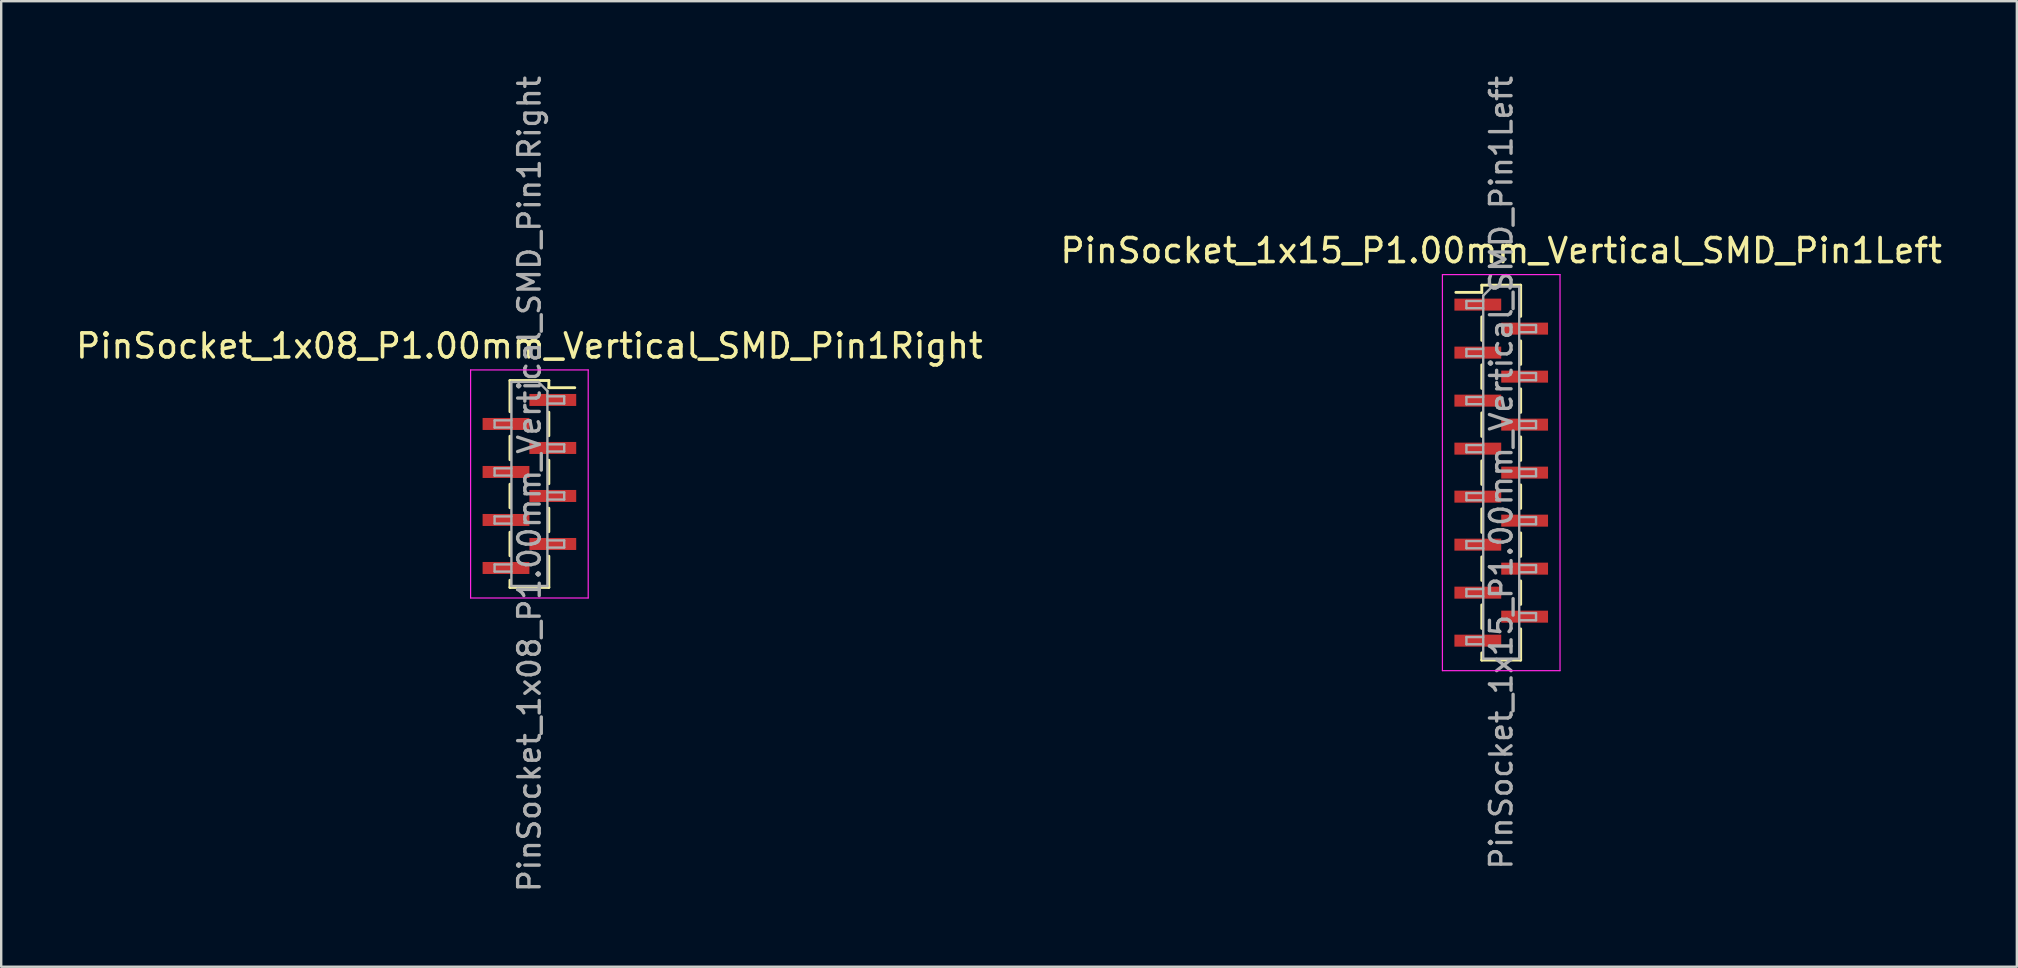
<source format=kicad_pcb>
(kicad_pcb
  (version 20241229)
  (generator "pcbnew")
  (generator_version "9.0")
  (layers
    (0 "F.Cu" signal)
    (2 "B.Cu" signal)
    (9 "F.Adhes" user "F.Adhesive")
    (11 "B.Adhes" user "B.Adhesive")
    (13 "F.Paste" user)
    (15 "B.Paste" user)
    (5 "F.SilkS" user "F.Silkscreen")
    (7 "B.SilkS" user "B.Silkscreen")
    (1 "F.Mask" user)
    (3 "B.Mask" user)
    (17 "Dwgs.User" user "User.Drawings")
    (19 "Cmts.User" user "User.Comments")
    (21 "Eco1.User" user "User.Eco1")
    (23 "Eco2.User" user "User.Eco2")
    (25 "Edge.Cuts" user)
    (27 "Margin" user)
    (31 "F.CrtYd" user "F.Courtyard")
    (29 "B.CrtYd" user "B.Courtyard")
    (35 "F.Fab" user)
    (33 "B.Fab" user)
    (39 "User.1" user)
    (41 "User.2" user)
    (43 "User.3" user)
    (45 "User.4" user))
  (footprint "PinSocket_1x15_P1.00mm_Vertical_SMD_Pin1Left"
    (layer "F.Cu")
    (at 59.494 16.641)
    (property "Reference" "PinSocket_1x15_P1.00mm_Vertical_SMD_Pin1Left" (at 0 -9.25 0) (layer "F.SilkS") (effects (font (size 1 1) (thickness 0.15))))
    (attr smd)
    (fp_line (start -1.89 -7.51) (end -0.81 -7.51) (stroke (width 0.12) (type solid)) (layer "F.SilkS"))
    (fp_line (start -0.81 -7.81) (end -0.81 -7.51) (stroke (width 0.12) (type solid)) (layer "F.SilkS"))
    (fp_line (start -0.81 -7.81) (end 0.81 -7.81) (stroke (width 0.12) (type solid)) (layer "F.SilkS"))
    (fp_line (start -0.81 -6.49) (end -0.81 -5.51) (stroke (width 0.12) (type solid)) (layer "F.SilkS"))
    (fp_line (start -0.81 -4.49) (end -0.81 -3.51) (stroke (width 0.12) (type solid)) (layer "F.SilkS"))
    (fp_line (start -0.81 -2.49) (end -0.81 -1.51) (stroke (width 0.12) (type solid)) (layer "F.SilkS"))
    (fp_line (start -0.81 -0.49) (end -0.81 0.49) (stroke (width 0.12) (type solid)) (layer "F.SilkS"))
    (fp_line (start -0.81 1.51) (end -0.81 2.49) (stroke (width 0.12) (type solid)) (layer "F.SilkS"))
    (fp_line (start -0.81 3.51) (end -0.81 4.49) (stroke (width 0.12) (type solid)) (layer "F.SilkS"))
    (fp_line (start -0.81 5.51) (end -0.81 6.49) (stroke (width 0.12) (type solid)) (layer "F.SilkS"))
    (fp_line (start -0.81 7.51) (end -0.81 7.81) (stroke (width 0.12) (type solid)) (layer "F.SilkS"))
    (fp_line (start -0.81 7.81) (end 0.81 7.81) (stroke (width 0.12) (type solid)) (layer "F.SilkS"))
    (fp_line (start 0.81 -7.81) (end 0.81 -6.51) (stroke (width 0.12) (type solid)) (layer "F.SilkS"))
    (fp_line (start 0.81 -5.49) (end 0.81 -4.51) (stroke (width 0.12) (type solid)) (layer "F.SilkS"))
    (fp_line (start 0.81 -3.49) (end 0.81 -2.51) (stroke (width 0.12) (type solid)) (layer "F.SilkS"))
    (fp_line (start 0.81 -1.49) (end 0.81 -0.51) (stroke (width 0.12) (type solid)) (layer "F.SilkS"))
    (fp_line (start 0.81 0.51) (end 0.81 1.49) (stroke (width 0.12) (type solid)) (layer "F.SilkS"))
    (fp_line (start 0.81 2.51) (end 0.81 3.49) (stroke (width 0.12) (type solid)) (layer "F.SilkS"))
    (fp_line (start 0.81 4.51) (end 0.81 5.49) (stroke (width 0.12) (type solid)) (layer "F.SilkS"))
    (fp_line (start 0.81 6.51) (end 0.81 7.81) (stroke (width 0.12) (type solid)) (layer "F.SilkS"))
    (fp_line (start -2.45 -8.25) (end 2.45 -8.25) (stroke (width 0.05) (type solid)) (layer "F.CrtYd"))
    (fp_line (start -2.45 8.25) (end -2.45 -8.25) (stroke (width 0.05) (type solid)) (layer "F.CrtYd"))
    (fp_line (start 2.45 -8.25) (end 2.45 8.25) (stroke (width 0.05) (type solid)) (layer "F.CrtYd"))
    (fp_line (start 2.45 8.25) (end -2.45 8.25) (stroke (width 0.05) (type solid)) (layer "F.CrtYd"))
    (fp_line (start -1.45 -7.15) (end -0.75 -7.15) (stroke (width 0.1) (type solid)) (layer "F.Fab"))
    (fp_line (start -1.45 -6.85) (end -1.45 -7.15) (stroke (width 0.1) (type solid)) (layer "F.Fab"))
    (fp_line (start -1.45 -5.15) (end -0.75 -5.15) (stroke (width 0.1) (type solid)) (layer "F.Fab"))
    (fp_line (start -1.45 -4.85) (end -1.45 -5.15) (stroke (width 0.1) (type solid)) (layer "F.Fab"))
    (fp_line (start -1.45 -3.15) (end -0.75 -3.15) (stroke (width 0.1) (type solid)) (layer "F.Fab"))
    (fp_line (start -1.45 -2.85) (end -1.45 -3.15) (stroke (width 0.1) (type solid)) (layer "F.Fab"))
    (fp_line (start -1.45 -1.15) (end -0.75 -1.15) (stroke (width 0.1) (type solid)) (layer "F.Fab"))
    (fp_line (start -1.45 -0.85) (end -1.45 -1.15) (stroke (width 0.1) (type solid)) (layer "F.Fab"))
    (fp_line (start -1.45 0.85) (end -0.75 0.85) (stroke (width 0.1) (type solid)) (layer "F.Fab"))
    (fp_line (start -1.45 1.15) (end -1.45 0.85) (stroke (width 0.1) (type solid)) (layer "F.Fab"))
    (fp_line (start -1.45 2.85) (end -0.75 2.85) (stroke (width 0.1) (type solid)) (layer "F.Fab"))
    (fp_line (start -1.45 3.15) (end -1.45 2.85) (stroke (width 0.1) (type solid)) (layer "F.Fab"))
    (fp_line (start -1.45 4.85) (end -0.75 4.85) (stroke (width 0.1) (type solid)) (layer "F.Fab"))
    (fp_line (start -1.45 5.15) (end -1.45 4.85) (stroke (width 0.1) (type solid)) (layer "F.Fab"))
    (fp_line (start -1.45 6.85) (end -0.75 6.85) (stroke (width 0.1) (type solid)) (layer "F.Fab"))
    (fp_line (start -1.45 7.15) (end -1.45 6.85) (stroke (width 0.1) (type solid)) (layer "F.Fab"))
    (fp_line (start -0.75 -7.375) (end -0.375 -7.75) (stroke (width 0.1) (type solid)) (layer "F.Fab"))
    (fp_line (start -0.75 -6.85) (end -1.45 -6.85) (stroke (width 0.1) (type solid)) (layer "F.Fab"))
    (fp_line (start -0.75 -4.85) (end -1.45 -4.85) (stroke (width 0.1) (type solid)) (layer "F.Fab"))
    (fp_line (start -0.75 -2.85) (end -1.45 -2.85) (stroke (width 0.1) (type solid)) (layer "F.Fab"))
    (fp_line (start -0.75 -0.85) (end -1.45 -0.85) (stroke (width 0.1) (type solid)) (layer "F.Fab"))
    (fp_line (start -0.75 1.15) (end -1.45 1.15) (stroke (width 0.1) (type solid)) (layer "F.Fab"))
    (fp_line (start -0.75 3.15) (end -1.45 3.15) (stroke (width 0.1) (type solid)) (layer "F.Fab"))
    (fp_line (start -0.75 5.15) (end -1.45 5.15) (stroke (width 0.1) (type solid)) (layer "F.Fab"))
    (fp_line (start -0.75 7.15) (end -1.45 7.15) (stroke (width 0.1) (type solid)) (layer "F.Fab"))
    (fp_line (start -0.75 7.75) (end -0.75 -7.375) (stroke (width 0.1) (type solid)) (layer "F.Fab"))
    (fp_line (start -0.375 -7.75) (end 0.75 -7.75) (stroke (width 0.1) (type solid)) (layer "F.Fab"))
    (fp_line (start 0.75 -7.75) (end 0.75 7.75) (stroke (width 0.1) (type solid)) (layer "F.Fab"))
    (fp_line (start 0.75 -6.15) (end 1.45 -6.15) (stroke (width 0.1) (type solid)) (layer "F.Fab"))
    (fp_line (start 0.75 -4.15) (end 1.45 -4.15) (stroke (width 0.1) (type solid)) (layer "F.Fab"))
    (fp_line (start 0.75 -2.15) (end 1.45 -2.15) (stroke (width 0.1) (type solid)) (layer "F.Fab"))
    (fp_line (start 0.75 -0.15) (end 1.45 -0.15) (stroke (width 0.1) (type solid)) (layer "F.Fab"))
    (fp_line (start 0.75 1.85) (end 1.45 1.85) (stroke (width 0.1) (type solid)) (layer "F.Fab"))
    (fp_line (start 0.75 3.85) (end 1.45 3.85) (stroke (width 0.1) (type solid)) (layer "F.Fab"))
    (fp_line (start 0.75 5.85) (end 1.45 5.85) (stroke (width 0.1) (type solid)) (layer "F.Fab"))
    (fp_line (start 0.75 7.75) (end -0.75 7.75) (stroke (width 0.1) (type solid)) (layer "F.Fab"))
    (fp_line (start 1.45 -6.15) (end 1.45 -5.85) (stroke (width 0.1) (type solid)) (layer "F.Fab"))
    (fp_line (start 1.45 -5.85) (end 0.75 -5.85) (stroke (width 0.1) (type solid)) (layer "F.Fab"))
    (fp_line (start 1.45 -4.15) (end 1.45 -3.85) (stroke (width 0.1) (type solid)) (layer "F.Fab"))
    (fp_line (start 1.45 -3.85) (end 0.75 -3.85) (stroke (width 0.1) (type solid)) (layer "F.Fab"))
    (fp_line (start 1.45 -2.15) (end 1.45 -1.85) (stroke (width 0.1) (type solid)) (layer "F.Fab"))
    (fp_line (start 1.45 -1.85) (end 0.75 -1.85) (stroke (width 0.1) (type solid)) (layer "F.Fab"))
    (fp_line (start 1.45 -0.15) (end 1.45 0.15) (stroke (width 0.1) (type solid)) (layer "F.Fab"))
    (fp_line (start 1.45 0.15) (end 0.75 0.15) (stroke (width 0.1) (type solid)) (layer "F.Fab"))
    (fp_line (start 1.45 1.85) (end 1.45 2.15) (stroke (width 0.1) (type solid)) (layer "F.Fab"))
    (fp_line (start 1.45 2.15) (end 0.75 2.15) (stroke (width 0.1) (type solid)) (layer "F.Fab"))
    (fp_line (start 1.45 3.85) (end 1.45 4.15) (stroke (width 0.1) (type solid)) (layer "F.Fab"))
    (fp_line (start 1.45 4.15) (end 0.75 4.15) (stroke (width 0.1) (type solid)) (layer "F.Fab"))
    (fp_line (start 1.45 5.85) (end 1.45 6.15) (stroke (width 0.1) (type solid)) (layer "F.Fab"))
    (fp_line (start 1.45 6.15) (end 0.75 6.15) (stroke (width 0.1) (type solid)) (layer "F.Fab"))
    (fp_text user "${REFERENCE}" (at 0 0 90) (layer "F.Fab") (effects (font (size 0.9 0.9) (thickness 0.14))))
    (pad "1" smd rect (at -0.975 -7) (size 1.95 0.5) (layers "F.Cu" "F.Mask" "F.Paste"))
    (pad "2" smd rect (at 0.975 -6) (size 1.95 0.5) (layers "F.Cu" "F.Mask" "F.Paste"))
    (pad "3" smd rect (at -0.975 -5) (size 1.95 0.5) (layers "F.Cu" "F.Mask" "F.Paste"))
    (pad "4" smd rect (at 0.975 -4) (size 1.95 0.5) (layers "F.Cu" "F.Mask" "F.Paste"))
    (pad "5" smd rect (at -0.975 -3) (size 1.95 0.5) (layers "F.Cu" "F.Mask" "F.Paste"))
    (pad "6" smd rect (at 0.975 -2) (size 1.95 0.5) (layers "F.Cu" "F.Mask" "F.Paste"))
    (pad "7" smd rect (at -0.975 -1) (size 1.95 0.5) (layers "F.Cu" "F.Mask" "F.Paste"))
    (pad "8" smd rect (at 0.975 0) (size 1.95 0.5) (layers "F.Cu" "F.Mask" "F.Paste"))
    (pad "9" smd rect (at -0.975 1) (size 1.95 0.5) (layers "F.Cu" "F.Mask" "F.Paste"))
    (pad "10" smd rect (at 0.975 2) (size 1.95 0.5) (layers "F.Cu" "F.Mask" "F.Paste"))
    (pad "11" smd rect (at -0.975 3) (size 1.95 0.5) (layers "F.Cu" "F.Mask" "F.Paste"))
    (pad "12" smd rect (at 0.975 4) (size 1.95 0.5) (layers "F.Cu" "F.Mask" "F.Paste"))
    (pad "13" smd rect (at -0.975 5) (size 1.95 0.5) (layers "F.Cu" "F.Mask" "F.Paste"))
    (pad "14" smd rect (at 0.975 6) (size 1.95 0.5) (layers "F.Cu" "F.Mask" "F.Paste"))
    (pad "15" smd rect (at -0.975 7) (size 1.95 0.5) (layers "F.Cu" "F.Mask" "F.Paste")))
  (footprint "PinSocket_1x08_P1.00mm_Vertical_SMD_Pin1Right"
    (layer "F.Cu")
    (at 19.006 17.113)
    (property "Reference" "PinSocket_1x08_P1.00mm_Vertical_SMD_Pin1Right" (at 0 -5.75 0) (layer "F.SilkS") (effects (font (size 1 1) (thickness 0.15))))
    (attr smd)
    (fp_line (start -0.81 -4.31) (end -0.81 -3.01) (stroke (width 0.12) (type solid)) (layer "F.SilkS"))
    (fp_line (start -0.81 -4.31) (end 0.81 -4.31) (stroke (width 0.12) (type solid)) (layer "F.SilkS"))
    (fp_line (start -0.81 -1.99) (end -0.81 -1.01) (stroke (width 0.12) (type solid)) (layer "F.SilkS"))
    (fp_line (start -0.81 0.01) (end -0.81 0.99) (stroke (width 0.12) (type solid)) (layer "F.SilkS"))
    (fp_line (start -0.81 2.01) (end -0.81 2.99) (stroke (width 0.12) (type solid)) (layer "F.SilkS"))
    (fp_line (start -0.81 4.01) (end -0.81 4.31) (stroke (width 0.12) (type solid)) (layer "F.SilkS"))
    (fp_line (start -0.81 4.31) (end 0.81 4.31) (stroke (width 0.12) (type solid)) (layer "F.SilkS"))
    (fp_line (start 0.81 -4.31) (end 0.81 -4.01) (stroke (width 0.12) (type solid)) (layer "F.SilkS"))
    (fp_line (start 0.81 -4.01) (end 1.89 -4.01) (stroke (width 0.12) (type solid)) (layer "F.SilkS"))
    (fp_line (start 0.81 -2.99) (end 0.81 -2.01) (stroke (width 0.12) (type solid)) (layer "F.SilkS"))
    (fp_line (start 0.81 -0.99) (end 0.81 -0.01) (stroke (width 0.12) (type solid)) (layer "F.SilkS"))
    (fp_line (start 0.81 1.01) (end 0.81 1.99) (stroke (width 0.12) (type solid)) (layer "F.SilkS"))
    (fp_line (start 0.81 3.01) (end 0.81 4.31) (stroke (width 0.12) (type solid)) (layer "F.SilkS"))
    (fp_line (start -2.45 -4.75) (end 2.45 -4.75) (stroke (width 0.05) (type solid)) (layer "F.CrtYd"))
    (fp_line (start -2.45 4.75) (end -2.45 -4.75) (stroke (width 0.05) (type solid)) (layer "F.CrtYd"))
    (fp_line (start 2.45 -4.75) (end 2.45 4.75) (stroke (width 0.05) (type solid)) (layer "F.CrtYd"))
    (fp_line (start 2.45 4.75) (end -2.45 4.75) (stroke (width 0.05) (type solid)) (layer "F.CrtYd"))
    (fp_line (start -1.45 -2.65) (end -0.75 -2.65) (stroke (width 0.1) (type solid)) (layer "F.Fab"))
    (fp_line (start -1.45 -2.35) (end -1.45 -2.65) (stroke (width 0.1) (type solid)) (layer "F.Fab"))
    (fp_line (start -1.45 -0.65) (end -0.75 -0.65) (stroke (width 0.1) (type solid)) (layer "F.Fab"))
    (fp_line (start -1.45 -0.35) (end -1.45 -0.65) (stroke (width 0.1) (type solid)) (layer "F.Fab"))
    (fp_line (start -1.45 1.35) (end -0.75 1.35) (stroke (width 0.1) (type solid)) (layer "F.Fab"))
    (fp_line (start -1.45 1.65) (end -1.45 1.35) (stroke (width 0.1) (type solid)) (layer "F.Fab"))
    (fp_line (start -1.45 3.35) (end -0.75 3.35) (stroke (width 0.1) (type solid)) (layer "F.Fab"))
    (fp_line (start -1.45 3.65) (end -1.45 3.35) (stroke (width 0.1) (type solid)) (layer "F.Fab"))
    (fp_line (start -0.75 -4.25) (end 0.375 -4.25) (stroke (width 0.1) (type solid)) (layer "F.Fab"))
    (fp_line (start -0.75 -2.35) (end -1.45 -2.35) (stroke (width 0.1) (type solid)) (layer "F.Fab"))
    (fp_line (start -0.75 -0.35) (end -1.45 -0.35) (stroke (width 0.1) (type solid)) (layer "F.Fab"))
    (fp_line (start -0.75 1.65) (end -1.45 1.65) (stroke (width 0.1) (type solid)) (layer "F.Fab"))
    (fp_line (start -0.75 3.65) (end -1.45 3.65) (stroke (width 0.1) (type solid)) (layer "F.Fab"))
    (fp_line (start -0.75 4.25) (end -0.75 -4.25) (stroke (width 0.1) (type solid)) (layer "F.Fab"))
    (fp_line (start 0.375 -4.25) (end 0.75 -3.875) (stroke (width 0.1) (type solid)) (layer "F.Fab"))
    (fp_line (start 0.75 -3.875) (end 0.75 4.25) (stroke (width 0.1) (type solid)) (layer "F.Fab"))
    (fp_line (start 0.75 -3.65) (end 1.45 -3.65) (stroke (width 0.1) (type solid)) (layer "F.Fab"))
    (fp_line (start 0.75 -1.65) (end 1.45 -1.65) (stroke (width 0.1) (type solid)) (layer "F.Fab"))
    (fp_line (start 0.75 0.35) (end 1.45 0.35) (stroke (width 0.1) (type solid)) (layer "F.Fab"))
    (fp_line (start 0.75 2.35) (end 1.45 2.35) (stroke (width 0.1) (type solid)) (layer "F.Fab"))
    (fp_line (start 0.75 4.25) (end -0.75 4.25) (stroke (width 0.1) (type solid)) (layer "F.Fab"))
    (fp_line (start 1.45 -3.65) (end 1.45 -3.35) (stroke (width 0.1) (type solid)) (layer "F.Fab"))
    (fp_line (start 1.45 -3.35) (end 0.75 -3.35) (stroke (width 0.1) (type solid)) (layer "F.Fab"))
    (fp_line (start 1.45 -1.65) (end 1.45 -1.35) (stroke (width 0.1) (type solid)) (layer "F.Fab"))
    (fp_line (start 1.45 -1.35) (end 0.75 -1.35) (stroke (width 0.1) (type solid)) (layer "F.Fab"))
    (fp_line (start 1.45 0.35) (end 1.45 0.65) (stroke (width 0.1) (type solid)) (layer "F.Fab"))
    (fp_line (start 1.45 0.65) (end 0.75 0.65) (stroke (width 0.1) (type solid)) (layer "F.Fab"))
    (fp_line (start 1.45 2.35) (end 1.45 2.65) (stroke (width 0.1) (type solid)) (layer "F.Fab"))
    (fp_line (start 1.45 2.65) (end 0.75 2.65) (stroke (width 0.1) (type solid)) (layer "F.Fab"))
    (fp_text user "${REFERENCE}" (at 0 0 90) (layer "F.Fab") (effects (font (size 0.9 0.9) (thickness 0.14))))
    (pad "1" smd rect (at 0.975 -3.5) (size 1.95 0.5) (layers "F.Cu" "F.Mask" "F.Paste"))
    (pad "2" smd rect (at -0.975 -2.5) (size 1.95 0.5) (layers "F.Cu" "F.Mask" "F.Paste"))
    (pad "3" smd rect (at 0.975 -1.5) (size 1.95 0.5) (layers "F.Cu" "F.Mask" "F.Paste"))
    (pad "4" smd rect (at -0.975 -0.5) (size 1.95 0.5) (layers "F.Cu" "F.Mask" "F.Paste"))
    (pad "5" smd rect (at 0.975 0.5) (size 1.95 0.5) (layers "F.Cu" "F.Mask" "F.Paste"))
    (pad "6" smd rect (at -0.975 1.5) (size 1.95 0.5) (layers "F.Cu" "F.Mask" "F.Paste"))
    (pad "7" smd rect (at 0.975 2.5) (size 1.95 0.5) (layers "F.Cu" "F.Mask" "F.Paste"))
    (pad "8" smd rect (at -0.975 3.5) (size 1.95 0.5) (layers "F.Cu" "F.Mask" "F.Paste")))
  (gr_rect
    (start -3 -3)
    (end 80.976 37.226)
    (stroke (width 0.1) (type default))
    (fill no)
    (layer "Edge.Cuts")))
</source>
